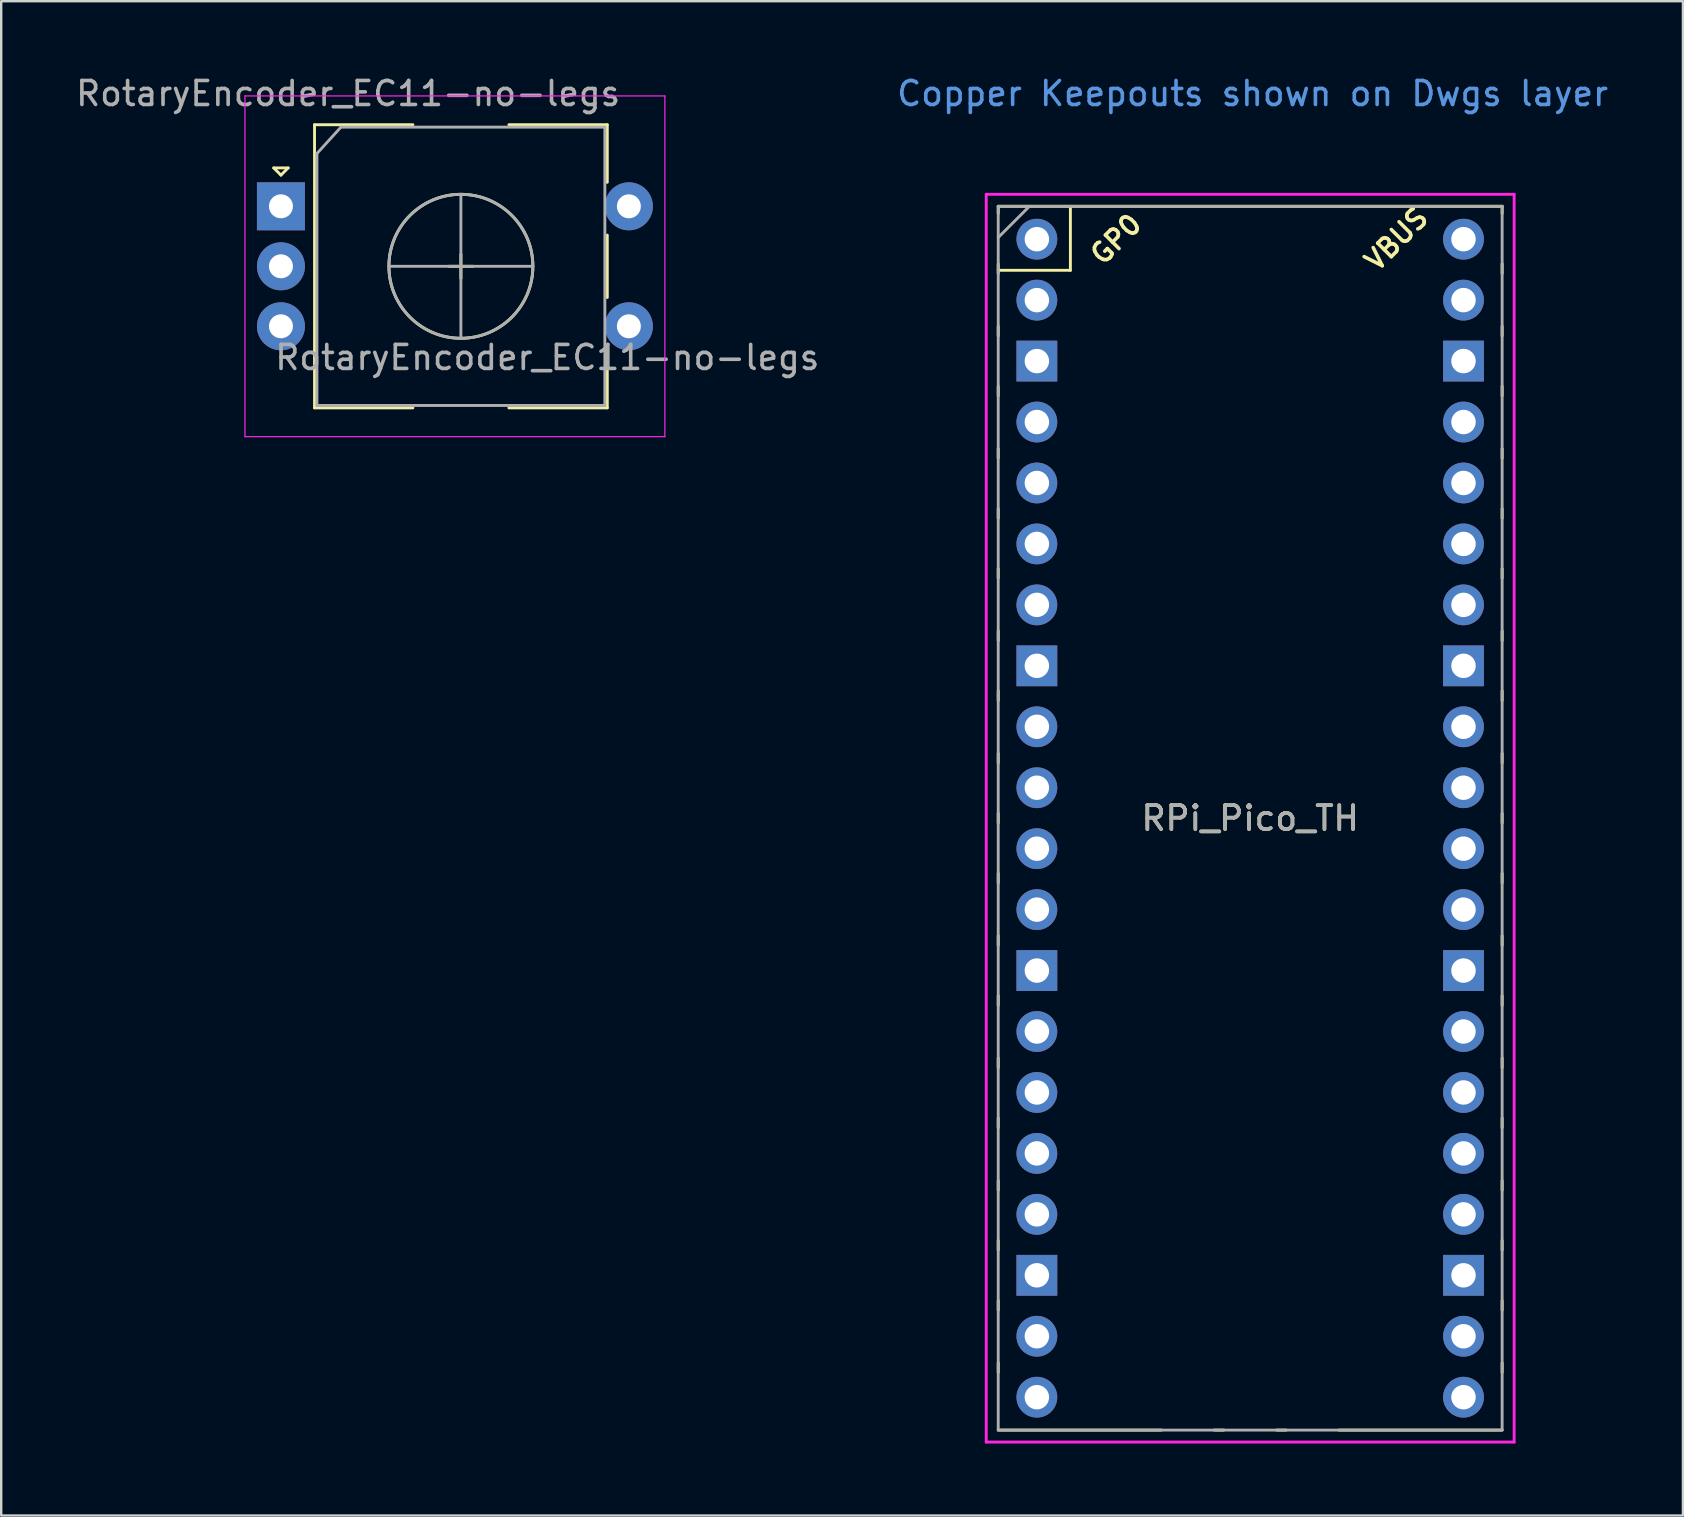
<source format=kicad_pcb>
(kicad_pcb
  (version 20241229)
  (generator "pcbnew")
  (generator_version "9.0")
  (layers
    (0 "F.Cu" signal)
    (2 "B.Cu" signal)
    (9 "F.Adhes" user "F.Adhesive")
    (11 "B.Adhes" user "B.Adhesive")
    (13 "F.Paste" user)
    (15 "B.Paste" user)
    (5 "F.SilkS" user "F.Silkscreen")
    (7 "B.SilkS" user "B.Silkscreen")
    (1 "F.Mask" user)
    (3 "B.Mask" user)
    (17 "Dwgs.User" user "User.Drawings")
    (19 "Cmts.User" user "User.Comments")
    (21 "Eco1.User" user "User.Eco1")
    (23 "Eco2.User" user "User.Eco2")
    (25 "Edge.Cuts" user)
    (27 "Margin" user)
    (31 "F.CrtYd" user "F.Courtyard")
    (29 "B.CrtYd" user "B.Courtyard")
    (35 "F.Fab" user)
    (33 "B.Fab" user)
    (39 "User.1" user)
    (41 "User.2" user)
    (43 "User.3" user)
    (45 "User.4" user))
  (footprint "RPi_Pico_TH"
    (layer "F.Cu")
    (at 49.051 31.048)
    (property "Reference" "RPi_Pico_TH" (at 0 0 0) (layer "F.SilkS") (effects (font (size 1 1) (thickness 0.15))))
    (attr through_hole)
    (fp_line (start -10.5 -25.5) (end -10.5 -25.2) (stroke (width 0.12) (type solid)) (layer "F.SilkS"))
    (fp_line (start -10.5 -25.5) (end 10.5 -25.5) (stroke (width 0.12) (type solid)) (layer "F.SilkS"))
    (fp_line (start -10.5 -23.1) (end -10.5 -22.7) (stroke (width 0.12) (type solid)) (layer "F.SilkS"))
    (fp_line (start -10.5 -22.833) (end -7.493 -22.833) (stroke (width 0.12) (type solid)) (layer "F.SilkS"))
    (fp_line (start -10.5 -20.5) (end -10.5 -20.1) (stroke (width 0.12) (type solid)) (layer "F.SilkS"))
    (fp_line (start -10.5 -18) (end -10.5 -17.6) (stroke (width 0.12) (type solid)) (layer "F.SilkS"))
    (fp_line (start -10.5 -15.4) (end -10.5 -15) (stroke (width 0.12) (type solid)) (layer "F.SilkS"))
    (fp_line (start -10.5 -12.9) (end -10.5 -12.5) (stroke (width 0.12) (type solid)) (layer "F.SilkS"))
    (fp_line (start -10.5 -10.4) (end -10.5 -10) (stroke (width 0.12) (type solid)) (layer "F.SilkS"))
    (fp_line (start -10.5 -7.8) (end -10.5 -7.4) (stroke (width 0.12) (type solid)) (layer "F.SilkS"))
    (fp_line (start -10.5 -5.3) (end -10.5 -4.9) (stroke (width 0.12) (type solid)) (layer "F.SilkS"))
    (fp_line (start -10.5 -2.7) (end -10.5 -2.3) (stroke (width 0.12) (type solid)) (layer "F.SilkS"))
    (fp_line (start -10.5 -0.2) (end -10.5 0.2) (stroke (width 0.12) (type solid)) (layer "F.SilkS"))
    (fp_line (start -10.5 2.3) (end -10.5 2.7) (stroke (width 0.12) (type solid)) (layer "F.SilkS"))
    (fp_line (start -10.5 4.9) (end -10.5 5.3) (stroke (width 0.12) (type solid)) (layer "F.SilkS"))
    (fp_line (start -10.5 7.4) (end -10.5 7.8) (stroke (width 0.12) (type solid)) (layer "F.SilkS"))
    (fp_line (start -10.5 10) (end -10.5 10.4) (stroke (width 0.12) (type solid)) (layer "F.SilkS"))
    (fp_line (start -10.5 12.5) (end -10.5 12.9) (stroke (width 0.12) (type solid)) (layer "F.SilkS"))
    (fp_line (start -10.5 15.1) (end -10.5 15.5) (stroke (width 0.12) (type solid)) (layer "F.SilkS"))
    (fp_line (start -10.5 17.6) (end -10.5 18) (stroke (width 0.12) (type solid)) (layer "F.SilkS"))
    (fp_line (start -10.5 20.1) (end -10.5 20.5) (stroke (width 0.12) (type solid)) (layer "F.SilkS"))
    (fp_line (start -10.5 22.7) (end -10.5 23.1) (stroke (width 0.12) (type solid)) (layer "F.SilkS"))
    (fp_line (start -7.493 -22.833) (end -7.493 -25.5) (stroke (width 0.12) (type solid)) (layer "F.SilkS"))
    (fp_line (start -3.7 25.5) (end -10.5 25.5) (stroke (width 0.12) (type solid)) (layer "F.SilkS"))
    (fp_line (start -1.5 25.5) (end -1.1 25.5) (stroke (width 0.12) (type solid)) (layer "F.SilkS"))
    (fp_line (start 1.1 25.5) (end 1.5 25.5) (stroke (width 0.12) (type solid)) (layer "F.SilkS"))
    (fp_line (start 10.5 -25.5) (end 10.5 -25.2) (stroke (width 0.12) (type solid)) (layer "F.SilkS"))
    (fp_line (start 10.5 -23.1) (end 10.5 -22.7) (stroke (width 0.12) (type solid)) (layer "F.SilkS"))
    (fp_line (start 10.5 -20.5) (end 10.5 -20.1) (stroke (width 0.12) (type solid)) (layer "F.SilkS"))
    (fp_line (start 10.5 -18) (end 10.5 -17.6) (stroke (width 0.12) (type solid)) (layer "F.SilkS"))
    (fp_line (start 10.5 -15.4) (end 10.5 -15) (stroke (width 0.12) (type solid)) (layer "F.SilkS"))
    (fp_line (start 10.5 -12.9) (end 10.5 -12.5) (stroke (width 0.12) (type solid)) (layer "F.SilkS"))
    (fp_line (start 10.5 -10.4) (end 10.5 -10) (stroke (width 0.12) (type solid)) (layer "F.SilkS"))
    (fp_line (start 10.5 -7.8) (end 10.5 -7.4) (stroke (width 0.12) (type solid)) (layer "F.SilkS"))
    (fp_line (start 10.5 -5.3) (end 10.5 -4.9) (stroke (width 0.12) (type solid)) (layer "F.SilkS"))
    (fp_line (start 10.5 -2.7) (end 10.5 -2.3) (stroke (width 0.12) (type solid)) (layer "F.SilkS"))
    (fp_line (start 10.5 -0.2) (end 10.5 0.2) (stroke (width 0.12) (type solid)) (layer "F.SilkS"))
    (fp_line (start 10.5 2.3) (end 10.5 2.7) (stroke (width 0.12) (type solid)) (layer "F.SilkS"))
    (fp_line (start 10.5 4.9) (end 10.5 5.3) (stroke (width 0.12) (type solid)) (layer "F.SilkS"))
    (fp_line (start 10.5 7.4) (end 10.5 7.8) (stroke (width 0.12) (type solid)) (layer "F.SilkS"))
    (fp_line (start 10.5 10) (end 10.5 10.4) (stroke (width 0.12) (type solid)) (layer "F.SilkS"))
    (fp_line (start 10.5 12.5) (end 10.5 12.9) (stroke (width 0.12) (type solid)) (layer "F.SilkS"))
    (fp_line (start 10.5 15.1) (end 10.5 15.5) (stroke (width 0.12) (type solid)) (layer "F.SilkS"))
    (fp_line (start 10.5 17.6) (end 10.5 18) (stroke (width 0.12) (type solid)) (layer "F.SilkS"))
    (fp_line (start 10.5 20.1) (end 10.5 20.5) (stroke (width 0.12) (type solid)) (layer "F.SilkS"))
    (fp_line (start 10.5 22.7) (end 10.5 23.1) (stroke (width 0.12) (type solid)) (layer "F.SilkS"))
    (fp_line (start 10.5 25.5) (end 3.7 25.5) (stroke (width 0.12) (type solid)) (layer "F.SilkS"))
    (fp_line (start -11 -26) (end 11 -26) (stroke (width 0.12) (type solid)) (layer "F.CrtYd"))
    (fp_line (start -11 26) (end -11 -26) (stroke (width 0.12) (type solid)) (layer "F.CrtYd"))
    (fp_line (start 11 -26) (end 11 26) (stroke (width 0.12) (type solid)) (layer "F.CrtYd"))
    (fp_line (start 11 26) (end -11 26) (stroke (width 0.12) (type solid)) (layer "F.CrtYd"))
    (fp_line (start -10.5 -25.5) (end 10.5 -25.5) (stroke (width 0.12) (type solid)) (layer "F.Fab"))
    (fp_line (start -10.5 -24.2) (end -9.2 -25.5) (stroke (width 0.12) (type solid)) (layer "F.Fab"))
    (fp_line (start -10.5 25.5) (end -10.5 -25.5) (stroke (width 0.12) (type solid)) (layer "F.Fab"))
    (fp_line (start 10.5 -25.5) (end 10.5 25.5) (stroke (width 0.12) (type solid)) (layer "F.Fab"))
    (fp_line (start 10.5 25.5) (end -10.5 25.5) (stroke (width 0.12) (type solid)) (layer "F.Fab"))
    (fp_text user "GP0" (at -5.588 -24.13 45) (layer "F.SilkS") (effects (font (size 0.8 0.8) (thickness 0.15))))
    (fp_text user "VBUS" (at 6.096 -24.13 45) (layer "F.SilkS") (effects (font (size 0.8 0.8) (thickness 0.15))))
    (fp_text user "Copper Keepouts shown on Dwgs layer" (at 0.1 -30.2 0) (layer "Cmts.User") (effects (font (size 1 1) (thickness 0.15))))
    (fp_text user "${REFERENCE}" (at 0 0 180) (layer "F.Fab") (effects (font (size 1 1) (thickness 0.15))))
    (pad "1" thru_hole oval (at -8.89 -24.13) (size 1.7 1.7) (drill 1.02) (layers "*.Cu" "*.Mask"))
    (pad "2" thru_hole oval (at -8.89 -21.59) (size 1.7 1.7) (drill 1.02) (layers "*.Cu" "*.Mask"))
    (pad "3" thru_hole rect (at -8.89 -19.05) (size 1.7 1.7) (drill 1.02) (layers "*.Cu" "*.Mask"))
    (pad "4" thru_hole oval (at -8.89 -16.51) (size 1.7 1.7) (drill 1.02) (layers "*.Cu" "*.Mask"))
    (pad "5" thru_hole oval (at -8.89 -13.97) (size 1.7 1.7) (drill 1.02) (layers "*.Cu" "*.Mask"))
    (pad "6" thru_hole oval (at -8.89 -11.43) (size 1.7 1.7) (drill 1.02) (layers "*.Cu" "*.Mask"))
    (pad "7" thru_hole oval (at -8.89 -8.89) (size 1.7 1.7) (drill 1.02) (layers "*.Cu" "*.Mask"))
    (pad "8" thru_hole rect (at -8.89 -6.35) (size 1.7 1.7) (drill 1.02) (layers "*.Cu" "*.Mask"))
    (pad "9" thru_hole oval (at -8.89 -3.81) (size 1.7 1.7) (drill 1.02) (layers "*.Cu" "*.Mask"))
    (pad "10" thru_hole oval (at -8.89 -1.27) (size 1.7 1.7) (drill 1.02) (layers "*.Cu" "*.Mask"))
    (pad "11" thru_hole oval (at -8.89 1.27) (size 1.7 1.7) (drill 1.02) (layers "*.Cu" "*.Mask"))
    (pad "12" thru_hole oval (at -8.89 3.81) (size 1.7 1.7) (drill 1.02) (layers "*.Cu" "*.Mask"))
    (pad "13" thru_hole rect (at -8.89 6.35) (size 1.7 1.7) (drill 1.02) (layers "*.Cu" "*.Mask"))
    (pad "14" thru_hole oval (at -8.89 8.89) (size 1.7 1.7) (drill 1.02) (layers "*.Cu" "*.Mask"))
    (pad "15" thru_hole oval (at -8.89 11.43) (size 1.7 1.7) (drill 1.02) (layers "*.Cu" "*.Mask"))
    (pad "16" thru_hole oval (at -8.89 13.97) (size 1.7 1.7) (drill 1.02) (layers "*.Cu" "*.Mask"))
    (pad "17" thru_hole oval (at -8.89 16.51) (size 1.7 1.7) (drill 1.02) (layers "*.Cu" "*.Mask"))
    (pad "18" thru_hole rect (at -8.89 19.05) (size 1.7 1.7) (drill 1.02) (layers "*.Cu" "*.Mask"))
    (pad "19" thru_hole oval (at -8.89 21.59) (size 1.7 1.7) (drill 1.02) (layers "*.Cu" "*.Mask"))
    (pad "20" thru_hole oval (at -8.89 24.13) (size 1.7 1.7) (drill 1.02) (layers "*.Cu" "*.Mask"))
    (pad "21" thru_hole oval (at 8.89 24.13) (size 1.7 1.7) (drill 1.02) (layers "*.Cu" "*.Mask"))
    (pad "22" thru_hole oval (at 8.89 21.59) (size 1.7 1.7) (drill 1.02) (layers "*.Cu" "*.Mask"))
    (pad "23" thru_hole rect (at 8.89 19.05) (size 1.7 1.7) (drill 1.02) (layers "*.Cu" "*.Mask"))
    (pad "24" thru_hole oval (at 8.89 16.51) (size 1.7 1.7) (drill 1.02) (layers "*.Cu" "*.Mask"))
    (pad "25" thru_hole oval (at 8.89 13.97) (size 1.7 1.7) (drill 1.02) (layers "*.Cu" "*.Mask"))
    (pad "26" thru_hole oval (at 8.89 11.43) (size 1.7 1.7) (drill 1.02) (layers "*.Cu" "*.Mask"))
    (pad "27" thru_hole oval (at 8.89 8.89) (size 1.7 1.7) (drill 1.02) (layers "*.Cu" "*.Mask"))
    (pad "28" thru_hole rect (at 8.89 6.35) (size 1.7 1.7) (drill 1.02) (layers "*.Cu" "*.Mask"))
    (pad "29" thru_hole oval (at 8.89 3.81) (size 1.7 1.7) (drill 1.02) (layers "*.Cu" "*.Mask"))
    (pad "30" thru_hole oval (at 8.89 1.27) (size 1.7 1.7) (drill 1.02) (layers "*.Cu" "*.Mask"))
    (pad "31" thru_hole oval (at 8.89 -1.27) (size 1.7 1.7) (drill 1.02) (layers "*.Cu" "*.Mask"))
    (pad "32" thru_hole oval (at 8.89 -3.81) (size 1.7 1.7) (drill 1.02) (layers "*.Cu" "*.Mask"))
    (pad "33" thru_hole rect (at 8.89 -6.35) (size 1.7 1.7) (drill 1.02) (layers "*.Cu" "*.Mask"))
    (pad "34" thru_hole oval (at 8.89 -8.89) (size 1.7 1.7) (drill 1.02) (layers "*.Cu" "*.Mask"))
    (pad "35" thru_hole oval (at 8.89 -11.43) (size 1.7 1.7) (drill 1.02) (layers "*.Cu" "*.Mask"))
    (pad "36" thru_hole oval (at 8.89 -13.97) (size 1.7 1.7) (drill 1.02) (layers "*.Cu" "*.Mask"))
    (pad "37" thru_hole oval (at 8.89 -16.51) (size 1.7 1.7) (drill 1.02) (layers "*.Cu" "*.Mask"))
    (pad "38" thru_hole rect (at 8.89 -19.05) (size 1.7 1.7) (drill 1.02) (layers "*.Cu" "*.Mask"))
    (pad "39" thru_hole oval (at 8.89 -21.59) (size 1.7 1.7) (drill 1.02) (layers "*.Cu" "*.Mask"))
    (pad "40" thru_hole oval (at 8.89 -24.13) (size 1.7 1.7) (drill 1.02) (layers "*.Cu" "*.Mask")))
  (footprint "RotaryEncoder_EC11-no-legs"
    (layer "F.Cu")
    (at 16.158 8.048)
    (property "Reference" "RotaryEncoder_EC11-no-legs" (at -4.7 -7.2 0) (layer "F.Fab") (effects (font (size 1 1) (thickness 0.15))))
    (attr through_hole)
    (fp_line (start -7.8 -4.1) (end -7.2 -4.1) (stroke (width 0.12) (type solid)) (layer "F.SilkS"))
    (fp_line (start -7.5 -3.8) (end -7.8 -4.1) (stroke (width 0.12) (type solid)) (layer "F.SilkS"))
    (fp_line (start -7.2 -4.1) (end -7.5 -3.8) (stroke (width 0.12) (type solid)) (layer "F.SilkS"))
    (fp_line (start -6.1 -5.9) (end -6.1 5.9) (stroke (width 0.12) (type solid)) (layer "F.SilkS"))
    (fp_line (start -2 -5.9) (end -6.1 -5.9) (stroke (width 0.12) (type solid)) (layer "F.SilkS"))
    (fp_line (start -2 5.9) (end -6.1 5.9) (stroke (width 0.12) (type solid)) (layer "F.SilkS"))
    (fp_line (start -0.5 0) (end 0.5 0) (stroke (width 0.12) (type solid)) (layer "F.SilkS"))
    (fp_line (start 0 -0.5) (end 0 0.5) (stroke (width 0.12) (type solid)) (layer "F.SilkS"))
    (fp_line (start 2 -5.9) (end 6.1 -5.9) (stroke (width 0.12) (type solid)) (layer "F.SilkS"))
    (fp_line (start 6.1 -5.9) (end 6.1 -3.5) (stroke (width 0.12) (type solid)) (layer "F.SilkS"))
    (fp_line (start 6.1 -1.3) (end 6.1 1.3) (stroke (width 0.12) (type solid)) (layer "F.SilkS"))
    (fp_line (start 6.1 3.5) (end 6.1 5.9) (stroke (width 0.12) (type solid)) (layer "F.SilkS"))
    (fp_line (start 6.1 5.9) (end 2 5.9) (stroke (width 0.12) (type solid)) (layer "F.SilkS"))
    (fp_circle (center 0 0) (end 3 0) (stroke (width 0.12) (type solid)) (fill no) (layer "F.SilkS"))
    (fp_rect (start -9 -7.1) (end 8.5 7.1) (stroke (width 0.1) (type default)) (fill no) (layer "Eco1.User"))
    (fp_rect (start -8.5 -6.5) (end 8 6.5) (stroke (width 0.1) (type default)) (fill no) (layer "Eco2.User"))
    (fp_line (start -9 -7.1) (end -9 7.1) (stroke (width 0.05) (type solid)) (layer "F.CrtYd"))
    (fp_line (start -9 -7.1) (end 8.5 -7.1) (stroke (width 0.05) (type solid)) (layer "F.CrtYd"))
    (fp_line (start 8.5 7.1) (end -9 7.1) (stroke (width 0.05) (type solid)) (layer "F.CrtYd"))
    (fp_line (start 8.5 7.1) (end 8.5 -7.1) (stroke (width 0.05) (type solid)) (layer "F.CrtYd"))
    (fp_line (start -6 -4.7) (end -5 -5.8) (stroke (width 0.12) (type solid)) (layer "F.Fab"))
    (fp_line (start -6 5.8) (end -6 -4.7) (stroke (width 0.12) (type solid)) (layer "F.Fab"))
    (fp_line (start -5 -5.8) (end 6 -5.8) (stroke (width 0.12) (type solid)) (layer "F.Fab"))
    (fp_line (start -3 0) (end 3 0) (stroke (width 0.12) (type solid)) (layer "F.Fab"))
    (fp_line (start 0 -3) (end 0 3) (stroke (width 0.12) (type solid)) (layer "F.Fab"))
    (fp_line (start 6 -5.8) (end 6 5.8) (stroke (width 0.12) (type solid)) (layer "F.Fab"))
    (fp_line (start 6 5.8) (end -6 5.8) (stroke (width 0.12) (type solid)) (layer "F.Fab"))
    (fp_circle (center 0 0) (end 3 0) (stroke (width 0.12) (type solid)) (fill no) (layer "F.Fab"))
    (fp_text user "${REFERENCE}" (at 3.6 3.8 0) (layer "F.Fab") (effects (font (size 1 1) (thickness 0.15))))
    (pad "A" thru_hole rect (at -7.5 -2.5) (size 2 2) (drill 1) (layers "*.Cu" "*.Mask"))
    (pad "B" thru_hole circle (at -7.5 2.5) (size 2 2) (drill 1) (layers "*.Cu" "*.Mask"))
    (pad "C" thru_hole circle (at -7.5 0) (size 2 2) (drill 1) (layers "*.Cu" "*.Mask"))
    (pad "S1" thru_hole circle (at 7 2.5) (size 2 2) (drill 1) (layers "*.Cu" "*.Mask"))
    (pad "S2" thru_hole circle (at 7 -2.5) (size 2 2) (drill 1) (layers "*.Cu" "*.Mask")))
  (gr_rect
    (start -3 -3)
    (end 67.086 60.108)
    (stroke (width 0.1) (type default))
    (fill no)
    (layer "Edge.Cuts")))
</source>
